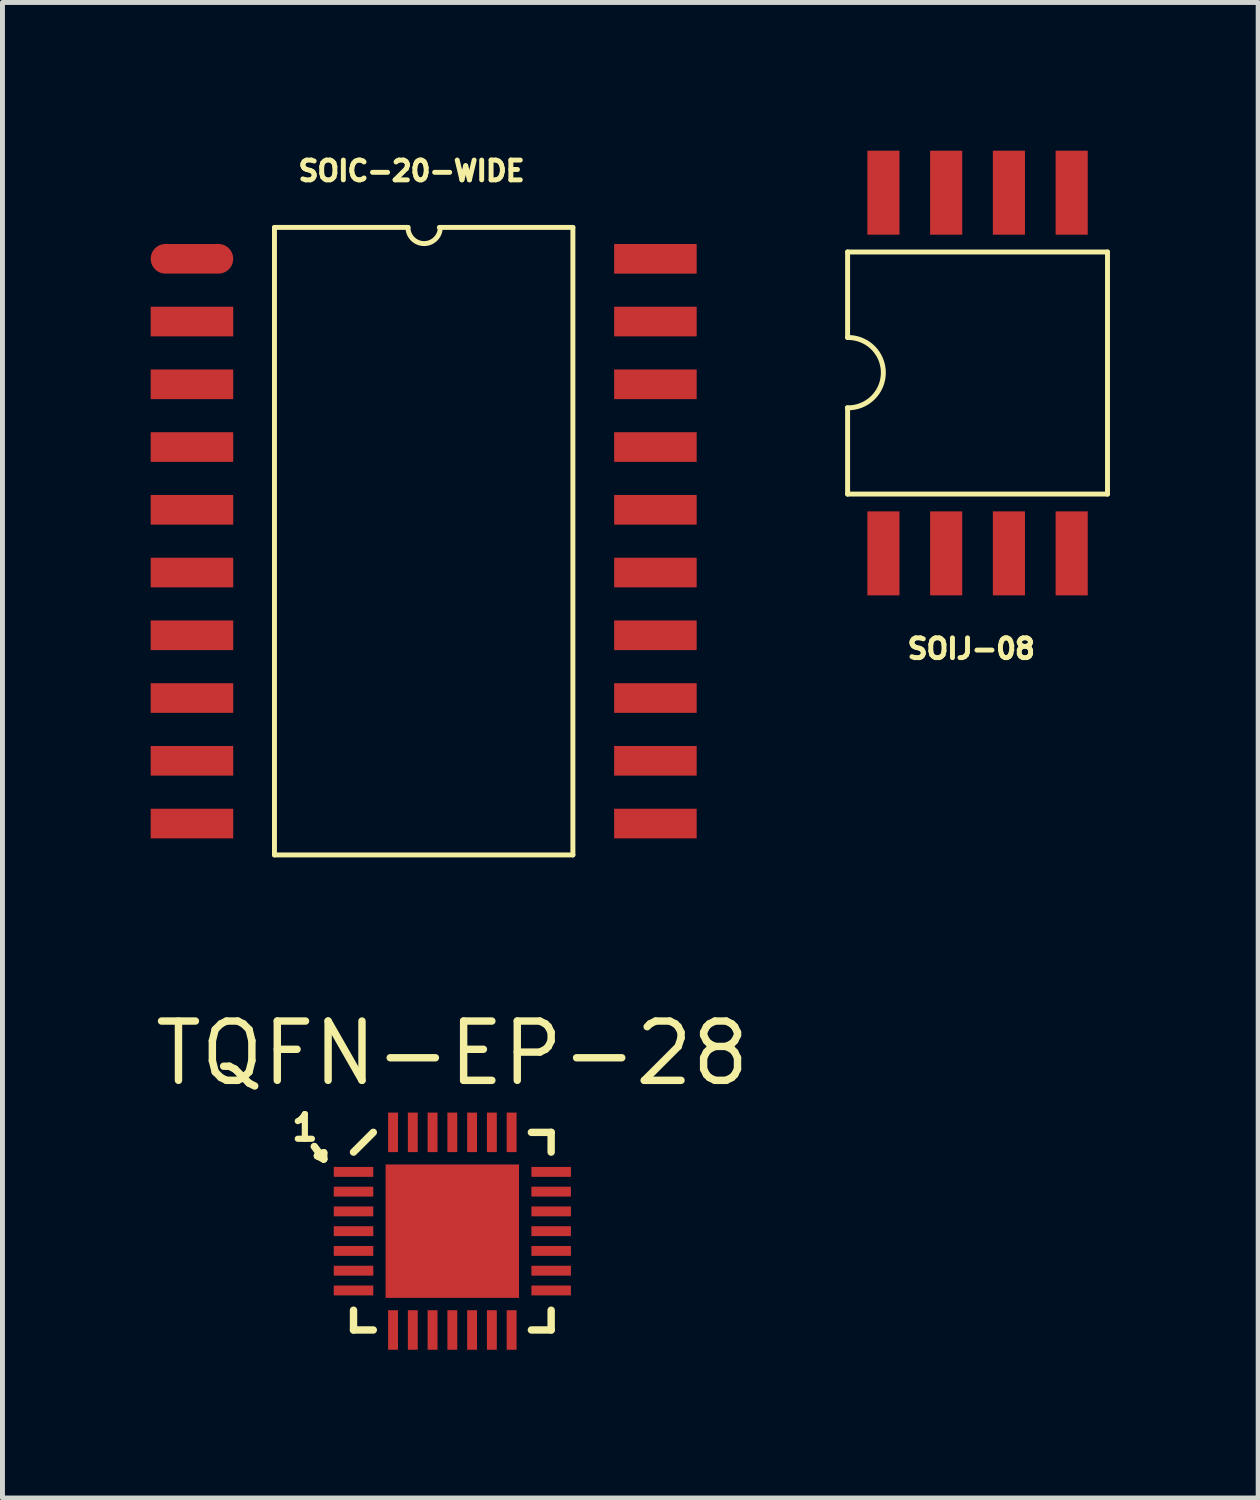
<source format=kicad_pcb>
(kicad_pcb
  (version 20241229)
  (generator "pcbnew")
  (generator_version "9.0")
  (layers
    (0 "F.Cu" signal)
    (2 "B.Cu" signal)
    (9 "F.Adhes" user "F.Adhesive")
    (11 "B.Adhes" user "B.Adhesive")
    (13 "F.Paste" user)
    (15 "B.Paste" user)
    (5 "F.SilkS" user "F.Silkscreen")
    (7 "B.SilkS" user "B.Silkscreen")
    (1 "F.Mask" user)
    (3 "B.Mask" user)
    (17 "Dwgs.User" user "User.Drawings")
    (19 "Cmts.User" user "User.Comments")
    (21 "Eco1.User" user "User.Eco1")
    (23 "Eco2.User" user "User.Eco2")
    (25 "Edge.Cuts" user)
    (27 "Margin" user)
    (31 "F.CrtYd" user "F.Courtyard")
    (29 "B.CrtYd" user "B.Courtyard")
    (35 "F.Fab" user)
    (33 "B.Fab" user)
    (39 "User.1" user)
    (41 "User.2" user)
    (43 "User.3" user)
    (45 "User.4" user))
  (footprint "SOIC-20-WIDE"
    (layer "F.Cu")
    (at 0.835 2.188)
    (property "Reference" "SOIC-20-WIDE" (at 4.445 -1.778 0) (layer "F.SilkS") (effects (font (size 0.4 0.4) (thickness 0.1))))
    (attr through_hole)
    (fp_line (start 1.67 -0.635) (end 4.372 -0.635) (stroke (width 0.1) (type solid)) (layer "F.SilkS"))
    (fp_line (start 1.67 12.065) (end 1.67 -0.635) (stroke (width 0.1) (type solid)) (layer "F.SilkS"))
    (fp_line (start 1.67 12.065) (end 7.71 12.065) (stroke (width 0.1) (type solid)) (layer "F.SilkS"))
    (fp_line (start 5.007 -0.635) (end 7.71 -0.635) (stroke (width 0.1) (type solid)) (layer "F.SilkS"))
    (fp_line (start 7.71 12.065) (end 7.71 -0.635) (stroke (width 0.1) (type solid)) (layer "F.SilkS"))
    (fp_arc (start 5.026 -0.635) (mid 4.699 -0.308) (end 4.372 -0.635) (stroke (width 0.1) (type solid)) (layer "F.SilkS"))
    (pad "1" smd oval (at 0 0) (size 1.67 0.6) (layers "F.Cu" "F.Mask" "F.Paste"))
    (pad "2" smd rect (at 0 1.27) (size 1.67 0.6) (layers "F.Cu" "F.Mask" "F.Paste"))
    (pad "3" smd rect (at 0 2.54) (size 1.67 0.6) (layers "F.Cu" "F.Mask" "F.Paste"))
    (pad "4" smd rect (at 0 3.81) (size 1.67 0.6) (layers "F.Cu" "F.Mask" "F.Paste"))
    (pad "5" smd rect (at 0 5.08) (size 1.67 0.6) (layers "F.Cu" "F.Mask" "F.Paste"))
    (pad "6" smd rect (at 0 6.35) (size 1.67 0.6) (layers "F.Cu" "F.Mask" "F.Paste"))
    (pad "7" smd rect (at 0 7.62) (size 1.67 0.6) (layers "F.Cu" "F.Mask" "F.Paste"))
    (pad "8" smd rect (at 0 8.89) (size 1.67 0.6) (layers "F.Cu" "F.Mask" "F.Paste"))
    (pad "9" smd rect (at 0 10.16) (size 1.67 0.6) (layers "F.Cu" "F.Mask" "F.Paste"))
    (pad "10" smd rect (at 0 11.43) (size 1.67 0.6) (layers "F.Cu" "F.Mask" "F.Paste"))
    (pad "11" smd rect (at 9.38 11.43) (size 1.67 0.6) (layers "F.Cu" "F.Mask" "F.Paste"))
    (pad "12" smd rect (at 9.38 10.16) (size 1.67 0.6) (layers "F.Cu" "F.Mask" "F.Paste"))
    (pad "13" smd rect (at 9.38 8.89) (size 1.67 0.6) (layers "F.Cu" "F.Mask" "F.Paste"))
    (pad "14" smd rect (at 9.38 7.62) (size 1.67 0.6) (layers "F.Cu" "F.Mask" "F.Paste"))
    (pad "15" smd rect (at 9.38 6.35) (size 1.67 0.6) (layers "F.Cu" "F.Mask" "F.Paste"))
    (pad "16" smd rect (at 9.38 5.08) (size 1.67 0.6) (layers "F.Cu" "F.Mask" "F.Paste"))
    (pad "17" smd rect (at 9.38 3.81) (size 1.67 0.6) (layers "F.Cu" "F.Mask" "F.Paste"))
    (pad "18" smd rect (at 9.38 2.54) (size 1.67 0.6) (layers "F.Cu" "F.Mask" "F.Paste"))
    (pad "19" smd rect (at 9.38 1.27) (size 1.67 0.6) (layers "F.Cu" "F.Mask" "F.Paste"))
    (pad "20" smd rect (at 9.38 0) (size 1.67 0.6) (layers "F.Cu" "F.Mask" "F.Paste")))
  (footprint "SOIJ-08"
    (layer "F.Cu")
    (at 14.83 8.15)
    (property "Reference" "SOIJ-08" (at 1.778 1.93 0) (layer "F.SilkS") (effects (font (size 0.4 0.4) (thickness 0.1))))
    (attr through_hole)
    (fp_line (start -0.725 -6.1) (end 4.535 -6.1) (stroke (width 0.1) (type solid)) (layer "F.SilkS"))
    (fp_line (start -0.725 -4.369) (end -0.725 -6.1) (stroke (width 0.1) (type solid)) (layer "F.SilkS"))
    (fp_line (start -0.725 -1.2) (end -0.725 -2.946) (stroke (width 0.1) (type solid)) (layer "F.SilkS"))
    (fp_line (start -0.725 -1.2) (end 4.535 -1.2) (stroke (width 0.1) (type solid)) (layer "F.SilkS"))
    (fp_line (start 4.535 -1.2) (end 4.535 -6.1) (stroke (width 0.1) (type solid)) (layer "F.SilkS"))
    (fp_arc (start -0.725 -4.3688) (mid 0.00013 -3.655261) (end -0.729676 -2.946506) (stroke (width 0.1) (type solid)) (layer "F.SilkS"))
    (pad "1" smd rect (at 0 0) (size 0.65 1.7) (layers "F.Cu" "F.Mask" "F.Paste"))
    (pad "2" smd rect (at 1.27 0) (size 0.65 1.7) (layers "F.Cu" "F.Mask" "F.Paste"))
    (pad "3" smd rect (at 2.54 0) (size 0.65 1.7) (layers "F.Cu" "F.Mask" "F.Paste"))
    (pad "4" smd rect (at 3.81 0) (size 0.65 1.7) (layers "F.Cu" "F.Mask" "F.Paste"))
    (pad "5" smd rect (at 3.81 -7.3) (size 0.65 1.7) (layers "F.Cu" "F.Mask" "F.Paste"))
    (pad "6" smd rect (at 2.54 -7.3) (size 0.65 1.7) (layers "F.Cu" "F.Mask" "F.Paste"))
    (pad "7" smd rect (at 1.27 -7.3) (size 0.65 1.7) (layers "F.Cu" "F.Mask" "F.Paste"))
    (pad "8" smd rect (at 0 -7.3) (size 0.65 1.7) (layers "F.Cu" "F.Mask" "F.Paste")))
  (footprint "TQFN-EP-28"
    (layer "F.Cu")
    (at 6.105 21.868)
    (property "Reference" "TQFN-EP-28" (at 0 -3.6 0) (layer "F.SilkS") (effects (font (size 1.2 1.2) (thickness 0.15))))
    (attr through_hole)
    (fp_line (start -2.794 -1.714) (end -2.603 -1.46) (stroke (width 0.15) (type solid)) (layer "F.SilkS"))
    (fp_line (start -2.731 -1.524) (end -2.603 -1.46) (stroke (width 0.15) (type solid)) (layer "F.SilkS"))
    (fp_line (start -2.603 -1.587) (end -2.731 -1.524) (stroke (width 0.15) (type solid)) (layer "F.SilkS"))
    (fp_line (start -2.603 -1.46) (end -2.603 -1.587) (stroke (width 0.15) (type solid)) (layer "F.SilkS"))
    (fp_line (start -2 -1.6) (end -1.6 -2) (stroke (width 0.15) (type solid)) (layer "F.SilkS"))
    (fp_line (start -2 2) (end -2 1.6) (stroke (width 0.15) (type solid)) (layer "F.SilkS"))
    (fp_line (start -1.6 2) (end -2 2) (stroke (width 0.15) (type solid)) (layer "F.SilkS"))
    (fp_line (start 1.6 -2) (end 2 -2) (stroke (width 0.15) (type solid)) (layer "F.SilkS"))
    (fp_line (start 1.6 2) (end 2 2) (stroke (width 0.15) (type solid)) (layer "F.SilkS"))
    (fp_line (start 2 -2) (end 2 -1.6) (stroke (width 0.15) (type solid)) (layer "F.SilkS"))
    (fp_line (start 2 2) (end 2 1.6) (stroke (width 0.15) (type solid)) (layer "F.SilkS"))
    (fp_text user "1" (at -2.985 -2.095 0) (layer "F.SilkS") (effects (font (size 0.5 0.5) (thickness 0.125))))
    (pad "1" smd rect (at -2 -1.2 90) (size 0.2 0.8) (layers "F.Cu" "F.Mask" "F.Paste"))
    (pad "2" smd rect (at -2 -0.8 90) (size 0.2 0.8) (layers "F.Cu" "F.Mask" "F.Paste"))
    (pad "3" smd rect (at -2 -0.4 90) (size 0.2 0.8) (layers "F.Cu" "F.Mask" "F.Paste"))
    (pad "4" smd rect (at -2 0 90) (size 0.2 0.8) (layers "F.Cu" "F.Mask" "F.Paste"))
    (pad "5" smd rect (at -2 0.4 90) (size 0.2 0.8) (layers "F.Cu" "F.Mask" "F.Paste"))
    (pad "6" smd rect (at -2 0.8 90) (size 0.2 0.8) (layers "F.Cu" "F.Mask" "F.Paste"))
    (pad "7" smd rect (at -2 1.2 90) (size 0.2 0.8) (layers "F.Cu" "F.Mask" "F.Paste"))
    (pad "8" smd rect (at -1.2 2) (size 0.2 0.8) (layers "F.Cu" "F.Mask" "F.Paste"))
    (pad "9" smd rect (at -0.8 2) (size 0.2 0.8) (layers "F.Cu" "F.Mask" "F.Paste"))
    (pad "10" smd rect (at -0.4 2) (size 0.2 0.8) (layers "F.Cu" "F.Mask" "F.Paste"))
    (pad "11" smd rect (at 0 2) (size 0.2 0.8) (layers "F.Cu" "F.Mask" "F.Paste"))
    (pad "12" smd rect (at 0.4 2) (size 0.2 0.8) (layers "F.Cu" "F.Mask" "F.Paste"))
    (pad "13" smd rect (at 0.8 2) (size 0.2 0.8) (layers "F.Cu" "F.Mask" "F.Paste"))
    (pad "14" smd rect (at 1.2 2) (size 0.2 0.8) (layers "F.Cu" "F.Mask" "F.Paste"))
    (pad "15" smd rect (at 2 1.2 90) (size 0.2 0.8) (layers "F.Cu" "F.Mask" "F.Paste"))
    (pad "16" smd rect (at 2 0.8 90) (size 0.2 0.8) (layers "F.Cu" "F.Mask" "F.Paste"))
    (pad "17" smd rect (at 2 0.4 90) (size 0.2 0.8) (layers "F.Cu" "F.Mask" "F.Paste"))
    (pad "18" smd rect (at 2 0 90) (size 0.2 0.8) (layers "F.Cu" "F.Mask" "F.Paste"))
    (pad "19" smd rect (at 2 -0.4 90) (size 0.2 0.8) (layers "F.Cu" "F.Mask" "F.Paste"))
    (pad "20" smd rect (at 2 -0.8 90) (size 0.2 0.8) (layers "F.Cu" "F.Mask" "F.Paste"))
    (pad "21" smd rect (at 2 -1.2 90) (size 0.2 0.8) (layers "F.Cu" "F.Mask" "F.Paste"))
    (pad "22" smd rect (at 1.2 -2) (size 0.2 0.8) (layers "F.Cu" "F.Mask" "F.Paste"))
    (pad "23" smd rect (at 0.8 -2) (size 0.2 0.8) (layers "F.Cu" "F.Mask" "F.Paste"))
    (pad "24" smd rect (at 0.4 -2) (size 0.2 0.8) (layers "F.Cu" "F.Mask" "F.Paste"))
    (pad "25" smd rect (at 0 -2) (size 0.2 0.8) (layers "F.Cu" "F.Mask" "F.Paste"))
    (pad "26" smd rect (at -0.4 -2) (size 0.2 0.8) (layers "F.Cu" "F.Mask" "F.Paste"))
    (pad "27" smd rect (at -0.8 -2) (size 0.2 0.8) (layers "F.Cu" "F.Mask" "F.Paste"))
    (pad "28" smd rect (at -1.2 -2) (size 0.2 0.8) (layers "F.Cu" "F.Mask" "F.Paste"))
    (pad "29" smd rect (at 0 0 90) (size 2.7 2.7) (layers "F.Cu" "F.Mask" "F.Paste")))
  (gr_rect
    (start -3 -3)
    (end 22.415 27.268)
    (stroke (width 0.1) (type default))
    (fill no)
    (layer "Edge.Cuts")))
</source>
